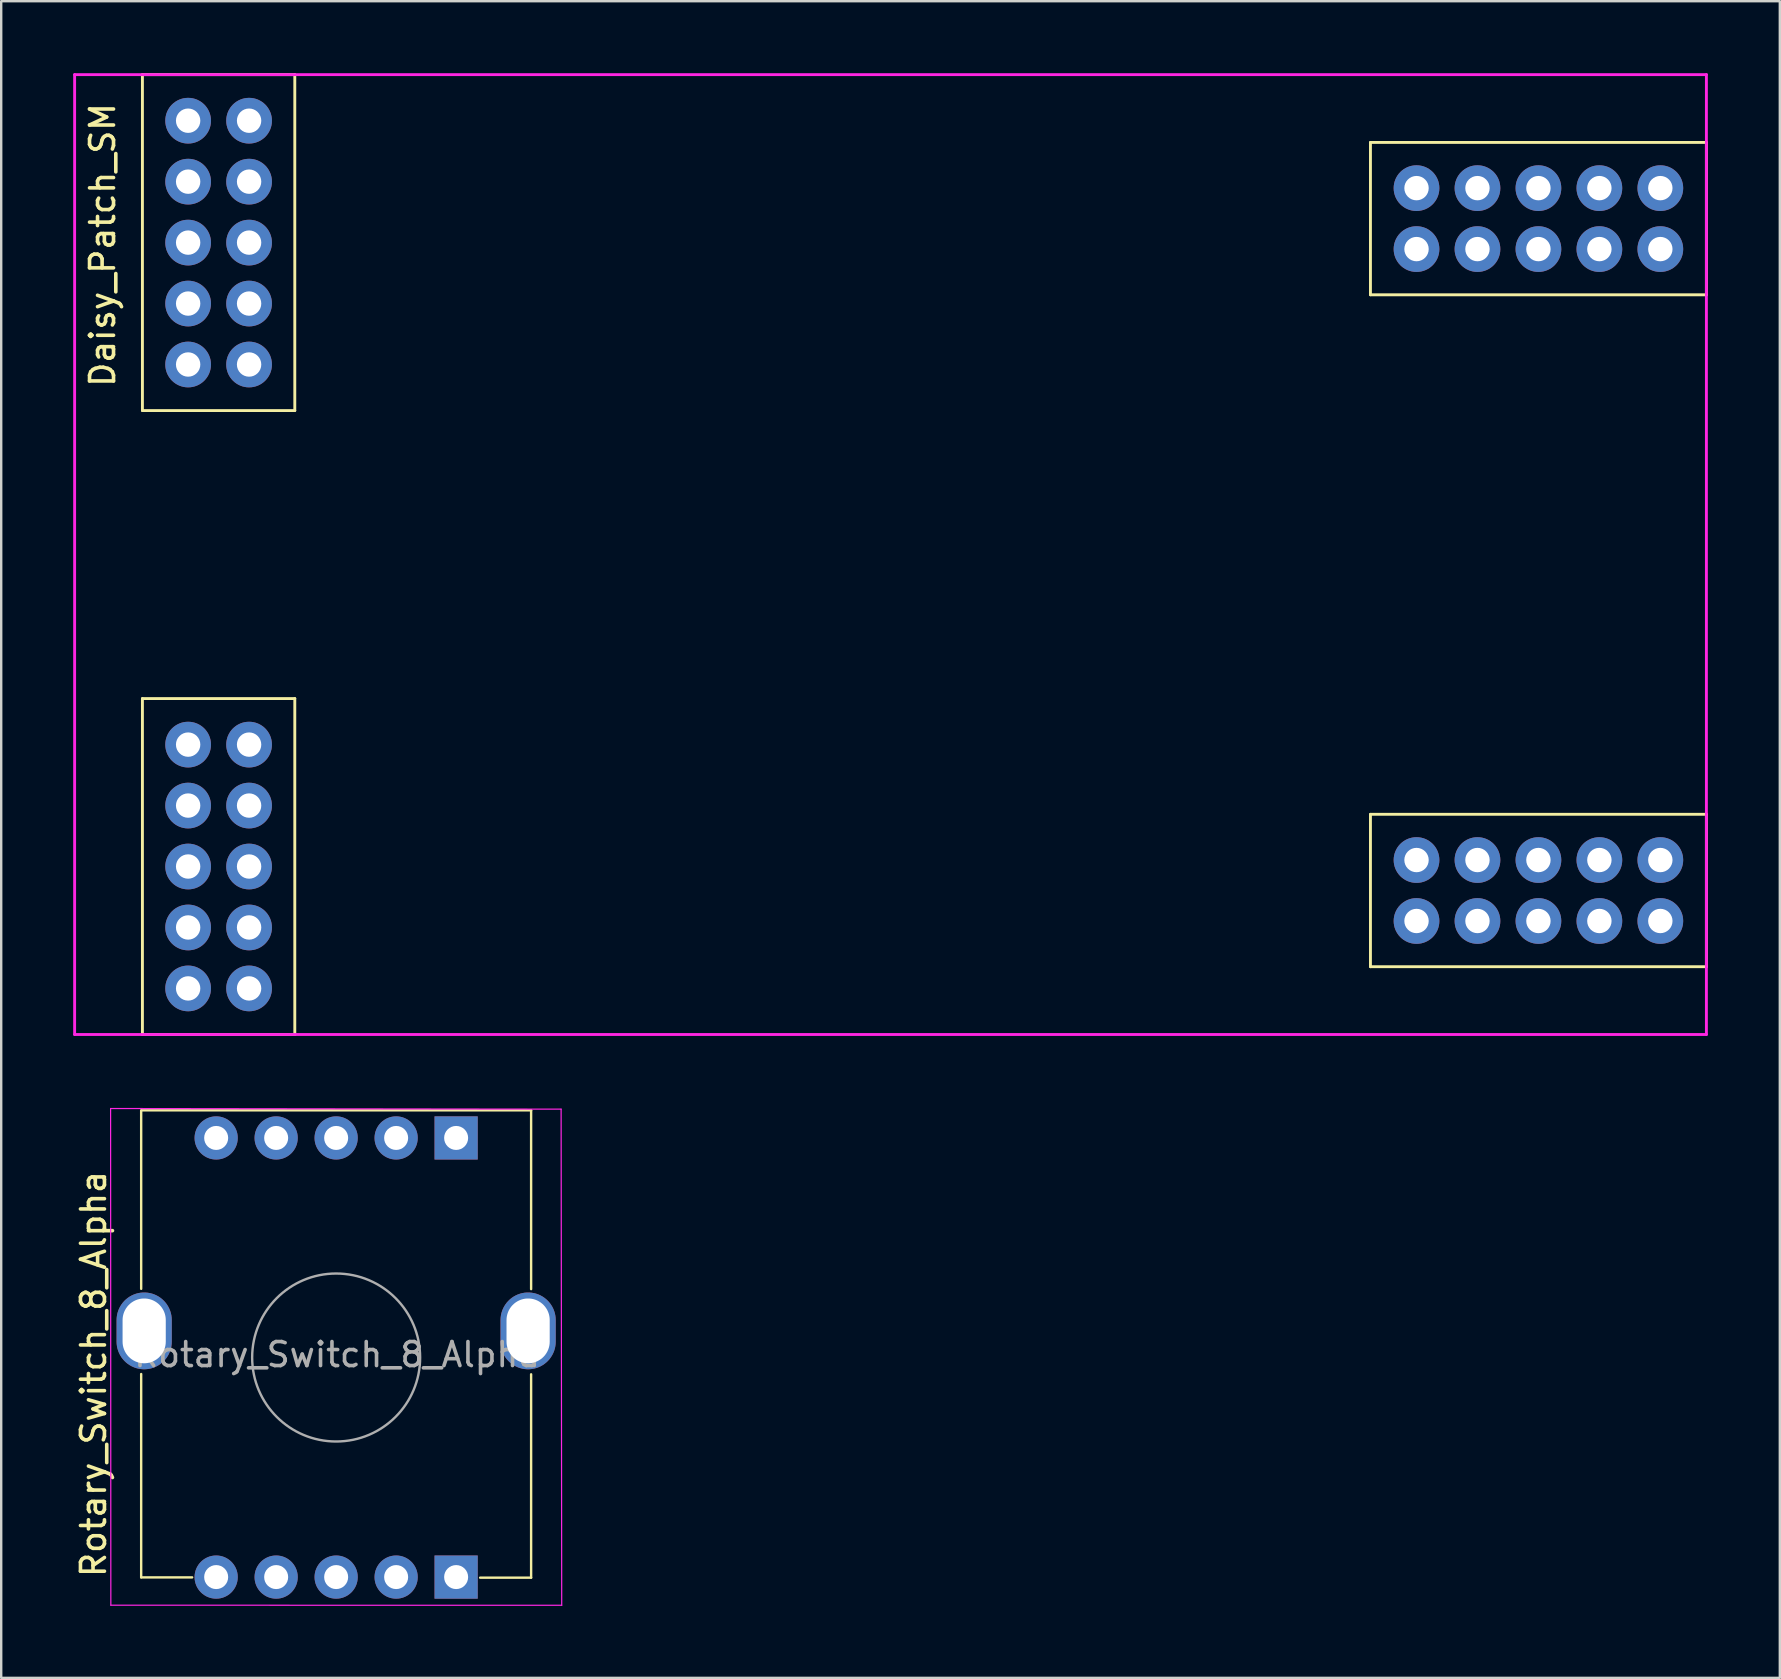
<source format=kicad_pcb>
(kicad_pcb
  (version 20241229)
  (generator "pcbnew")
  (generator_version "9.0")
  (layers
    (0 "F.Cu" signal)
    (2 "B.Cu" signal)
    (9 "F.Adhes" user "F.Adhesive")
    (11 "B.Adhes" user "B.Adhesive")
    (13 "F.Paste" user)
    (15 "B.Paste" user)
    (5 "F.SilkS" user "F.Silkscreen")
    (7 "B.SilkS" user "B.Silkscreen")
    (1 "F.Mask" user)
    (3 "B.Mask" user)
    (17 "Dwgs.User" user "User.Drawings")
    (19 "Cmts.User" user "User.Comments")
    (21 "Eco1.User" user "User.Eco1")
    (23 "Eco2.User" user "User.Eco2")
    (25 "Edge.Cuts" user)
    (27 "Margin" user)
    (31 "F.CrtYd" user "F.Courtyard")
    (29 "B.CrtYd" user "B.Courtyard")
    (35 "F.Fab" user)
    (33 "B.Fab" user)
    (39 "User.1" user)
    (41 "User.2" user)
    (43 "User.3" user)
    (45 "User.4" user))
  (footprint "Daisy_Patch_SM"
    (layer "F.Cu")
    (at 34.06 20.06)
    (property "Reference" "Daisy_Patch_SM" (at -32.834 -12.901 90) (layer "F.SilkS") (effects (font (size 1 1) (thickness 0.15))))
    (attr through_hole)
    (fp_line (start -31.175 -20) (end -31.175 -6) (stroke (width 0.12) (type solid)) (layer "F.SilkS"))
    (fp_line (start -31.175 -6) (end -24.825 -6) (stroke (width 0.12) (type solid)) (layer "F.SilkS"))
    (fp_line (start -31.175 6) (end -31.175 20) (stroke (width 0.12) (type solid)) (layer "F.SilkS"))
    (fp_line (start -31.175 20) (end -24.825 20) (stroke (width 0.12) (type solid)) (layer "F.SilkS"))
    (fp_line (start -24.825 -20) (end -31.175 -20) (stroke (width 0.12) (type solid)) (layer "F.SilkS"))
    (fp_line (start -24.825 -6) (end -24.825 -20) (stroke (width 0.12) (type solid)) (layer "F.SilkS"))
    (fp_line (start -24.825 6) (end -31.175 6) (stroke (width 0.12) (type solid)) (layer "F.SilkS"))
    (fp_line (start -24.825 20) (end -24.825 6) (stroke (width 0.12) (type solid)) (layer "F.SilkS"))
    (fp_line (start 20 -17.175) (end 34 -17.175) (stroke (width 0.12) (type solid)) (layer "F.SilkS"))
    (fp_line (start 20 -10.825) (end 20 -17.175) (stroke (width 0.12) (type solid)) (layer "F.SilkS"))
    (fp_line (start 20 10.825) (end 20 17.175) (stroke (width 0.12) (type solid)) (layer "F.SilkS"))
    (fp_line (start 20 17.175) (end 34 17.175) (stroke (width 0.12) (type solid)) (layer "F.SilkS"))
    (fp_line (start 34 -17.175) (end 34 -10.825) (stroke (width 0.12) (type solid)) (layer "F.SilkS"))
    (fp_line (start 34 -10.825) (end 20 -10.825) (stroke (width 0.12) (type solid)) (layer "F.SilkS"))
    (fp_line (start 34 10.825) (end 20 10.825) (stroke (width 0.12) (type solid)) (layer "F.SilkS"))
    (fp_line (start 34 17.175) (end 34 10.825) (stroke (width 0.12) (type solid)) (layer "F.SilkS"))
    (fp_line (start -34 -20) (end 34 -20) (stroke (width 0.12) (type solid)) (layer "F.CrtYd"))
    (fp_line (start -34 20) (end -34 -20) (stroke (width 0.12) (type solid)) (layer "F.CrtYd"))
    (fp_line (start 34 -20) (end 34 20) (stroke (width 0.12) (type solid)) (layer "F.CrtYd"))
    (fp_line (start 34 20) (end -34 20) (stroke (width 0.12) (type solid)) (layer "F.CrtYd"))
    (pad "A1" thru_hole circle (at 32.08 15.27 270) (size 1.905 1.905) (drill 1.016) (layers "*.Cu" "*.Mask"))
    (pad "A2" thru_hole circle (at 29.54 15.27) (size 1.905 1.905) (drill 1.016) (layers "*.Cu" "*.Mask"))
    (pad "A3" thru_hole circle (at 27 15.27) (size 1.905 1.905) (drill 1.016) (layers "*.Cu" "*.Mask"))
    (pad "A4" thru_hole circle (at 24.46 15.27) (size 1.905 1.905) (drill 1.016) (layers "*.Cu" "*.Mask"))
    (pad "A5" thru_hole circle (at 21.92 15.27) (size 1.905 1.905) (drill 1.016) (layers "*.Cu" "*.Mask"))
    (pad "A6" thru_hole circle (at 21.92 12.73) (size 1.905 1.905) (drill 1.016) (layers "*.Cu" "*.Mask"))
    (pad "A7" thru_hole circle (at 24.46 12.73) (size 1.905 1.905) (drill 1.016) (layers "*.Cu" "*.Mask"))
    (pad "A8" thru_hole circle (at 27 12.73) (size 1.905 1.905) (drill 1.016) (layers "*.Cu" "*.Mask"))
    (pad "A9" thru_hole circle (at 29.54 12.73) (size 1.905 1.905) (drill 1.016) (layers "*.Cu" "*.Mask"))
    (pad "A10" thru_hole circle (at 32.08 12.73 270) (size 1.905 1.905) (drill 1.016) (layers "*.Cu" "*.Mask"))
    (pad "B1" thru_hole circle (at -29.27 18.08 180) (size 1.905 1.905) (drill 1.016) (layers "*.Cu" "*.Mask"))
    (pad "B2" thru_hole circle (at -29.27 15.54 270) (size 1.905 1.905) (drill 1.016) (layers "*.Cu" "*.Mask"))
    (pad "B3" thru_hole circle (at -29.27 13 270) (size 1.905 1.905) (drill 1.016) (layers "*.Cu" "*.Mask"))
    (pad "B4" thru_hole circle (at -29.27 10.46 270) (size 1.905 1.905) (drill 1.016) (layers "*.Cu" "*.Mask"))
    (pad "B5" thru_hole circle (at -29.27 7.92 270) (size 1.905 1.905) (drill 1.016) (layers "*.Cu" "*.Mask"))
    (pad "B6" thru_hole circle (at -26.73 7.92 270) (size 1.905 1.905) (drill 1.016) (layers "*.Cu" "*.Mask"))
    (pad "B7" thru_hole circle (at -26.73 10.46 270) (size 1.905 1.905) (drill 1.016) (layers "*.Cu" "*.Mask"))
    (pad "B8" thru_hole circle (at -26.73 13 270) (size 1.905 1.905) (drill 1.016) (layers "*.Cu" "*.Mask"))
    (pad "B9" thru_hole circle (at -26.73 15.54 270) (size 1.905 1.905) (drill 1.016) (layers "*.Cu" "*.Mask"))
    (pad "B10" thru_hole circle (at -26.73 18.08 180) (size 1.905 1.905) (drill 1.016) (layers "*.Cu" "*.Mask"))
    (pad "C1" thru_hole circle (at -29.27 -7.92 180) (size 1.905 1.905) (drill 1.016) (layers "*.Cu" "*.Mask"))
    (pad "C2" thru_hole circle (at -29.27 -10.46 270) (size 1.905 1.905) (drill 1.016) (layers "*.Cu" "*.Mask"))
    (pad "C3" thru_hole circle (at -29.27 -13 270) (size 1.905 1.905) (drill 1.016) (layers "*.Cu" "*.Mask"))
    (pad "C4" thru_hole circle (at -29.27 -15.54 270) (size 1.905 1.905) (drill 1.016) (layers "*.Cu" "*.Mask"))
    (pad "C5" thru_hole circle (at -29.27 -18.08 270) (size 1.905 1.905) (drill 1.016) (layers "*.Cu" "*.Mask"))
    (pad "C6" thru_hole circle (at -26.73 -18.08 270) (size 1.905 1.905) (drill 1.016) (layers "*.Cu" "*.Mask"))
    (pad "C7" thru_hole circle (at -26.73 -15.54 270) (size 1.905 1.905) (drill 1.016) (layers "*.Cu" "*.Mask"))
    (pad "C8" thru_hole circle (at -26.73 -13 270) (size 1.905 1.905) (drill 1.016) (layers "*.Cu" "*.Mask"))
    (pad "C9" thru_hole circle (at -26.73 -10.46 270) (size 1.905 1.905) (drill 1.016) (layers "*.Cu" "*.Mask"))
    (pad "C10" thru_hole circle (at -26.73 -7.92 180) (size 1.905 1.905) (drill 1.016) (layers "*.Cu" "*.Mask"))
    (pad "D1" thru_hole circle (at 32.08 -12.73 270) (size 1.905 1.905) (drill 1.016) (layers "*.Cu" "*.Mask"))
    (pad "D2" thru_hole circle (at 29.54 -12.73) (size 1.905 1.905) (drill 1.016) (layers "*.Cu" "*.Mask"))
    (pad "D3" thru_hole circle (at 27 -12.73) (size 1.905 1.905) (drill 1.016) (layers "*.Cu" "*.Mask"))
    (pad "D4" thru_hole circle (at 24.46 -12.73) (size 1.905 1.905) (drill 1.016) (layers "*.Cu" "*.Mask"))
    (pad "D5" thru_hole circle (at 21.92 -12.73) (size 1.905 1.905) (drill 1.016) (layers "*.Cu" "*.Mask"))
    (pad "D6" thru_hole circle (at 21.92 -15.27) (size 1.905 1.905) (drill 1.016) (layers "*.Cu" "*.Mask"))
    (pad "D7" thru_hole circle (at 24.46 -15.27) (size 1.905 1.905) (drill 1.016) (layers "*.Cu" "*.Mask"))
    (pad "D8" thru_hole circle (at 27 -15.27) (size 1.905 1.905) (drill 1.016) (layers "*.Cu" "*.Mask"))
    (pad "D9" thru_hole circle (at 29.54 -15.27) (size 1.905 1.905) (drill 1.016) (layers "*.Cu" "*.Mask"))
    (pad "D10" thru_hole circle (at 32.08 -15.27 270) (size 1.905 1.905) (drill 1.016) (layers "*.Cu" "*.Mask")))
  (footprint "Rotary_Switch_8_Alpha"
    (layer "F.Cu")
    (at 10.958 53.521)
    (property "Reference" "Rotary_Switch_8_Alpha" (at -10.11 0.69 270) (layer "F.SilkS") (effects (font (size 1 1) (thickness 0.15))))
    (attr through_hole)
    (fp_line (start -8.125 -2.862) (end -8.125 -10.3) (stroke (width 0.1) (type solid)) (layer "F.SilkS"))
    (fp_line (start -8.125 9.162) (end -8.125 0.688) (stroke (width 0.1) (type solid)) (layer "F.SilkS"))
    (fp_line (start -6 9.162) (end -8.125 9.162) (stroke (width 0.1) (type solid)) (layer "F.SilkS"))
    (fp_line (start 8.125 -10.3) (end -8.1 -10.3) (stroke (width 0.1) (type solid)) (layer "F.SilkS"))
    (fp_line (start 8.125 -2.85) (end 8.125 -10.3) (stroke (width 0.1) (type solid)) (layer "F.SilkS"))
    (fp_line (start 8.125 9.175) (end 6 9.175) (stroke (width 0.1) (type solid)) (layer "F.SilkS"))
    (fp_line (start 8.125 9.175) (end 8.125 0.7) (stroke (width 0.1) (type solid)) (layer "F.SilkS"))
    (fp_line (start -9.399 -10.376) (end -9.389 10.322) (stroke (width 0.05) (type solid)) (layer "F.CrtYd"))
    (fp_line (start -9.389 10.322) (end 9.4 10.325) (stroke (width 0.05) (type solid)) (layer "F.CrtYd"))
    (fp_line (start 9.375 -10.35) (end -9.399 -10.376) (stroke (width 0.05) (type solid)) (layer "F.CrtYd"))
    (fp_line (start 9.4 10.325) (end 9.375 -10.35) (stroke (width 0.05) (type solid)) (layer "F.CrtYd"))
    (fp_circle (center 0 0) (end -3.5 0) (stroke (width 0.1) (type solid)) (fill no) (layer "F.Fab"))
    (fp_text user "${REFERENCE}" (at 0.04 -0.12 180) (layer "F.Fab") (effects (font (size 1 1) (thickness 0.15))))
    (pad "" thru_hole oval (at -8 -1.11 180) (size 2.3 3.2) (drill oval 1.8 2.7) (layers "*.Cu" "*.Mask"))
    (pad "" thru_hole oval (at 8 -1.11 180) (size 2.3 3.2) (drill oval 1.8 2.7) (layers "*.Cu" "*.Mask"))
    (pad "1" thru_hole rect (at 5 -9.15 180) (size 1.8 1.8) (drill 1) (layers "*.Cu" "*.Mask"))
    (pad "1" thru_hole rect (at 5 9.15 180) (size 1.8 1.8) (drill 1) (layers "*.Cu" "*.Mask"))
    (pad "2" thru_hole circle (at 2.5 9.15 180) (size 1.8 1.8) (drill 1) (layers "*.Cu" "*.Mask"))
    (pad "3" thru_hole circle (at 0 9.15 180) (size 1.8 1.8) (drill 1) (layers "*.Cu" "*.Mask"))
    (pad "4" thru_hole circle (at -2.5 9.15 180) (size 1.8 1.8) (drill 1) (layers "*.Cu" "*.Mask"))
    (pad "5" thru_hole circle (at -5 9.15 180) (size 1.8 1.8) (drill 1) (layers "*.Cu" "*.Mask"))
    (pad "6" thru_hole circle (at -5 -9.15 180) (size 1.8 1.8) (drill 1) (layers "*.Cu" "*.Mask"))
    (pad "7" thru_hole circle (at -2.5 -9.15 180) (size 1.8 1.8) (drill 1) (layers "*.Cu" "*.Mask"))
    (pad "8" thru_hole circle (at 0 -9.15 180) (size 1.8 1.8) (drill 1) (layers "*.Cu" "*.Mask"))
    (pad "9" thru_hole circle (at 2.5 -9.15 180) (size 1.8 1.8) (drill 1) (layers "*.Cu" "*.Mask")))
  (gr_rect
    (start -3 -3)
    (end 71.12 66.871)
    (stroke (width 0.1) (type default))
    (fill no)
    (layer "Edge.Cuts")))
</source>
